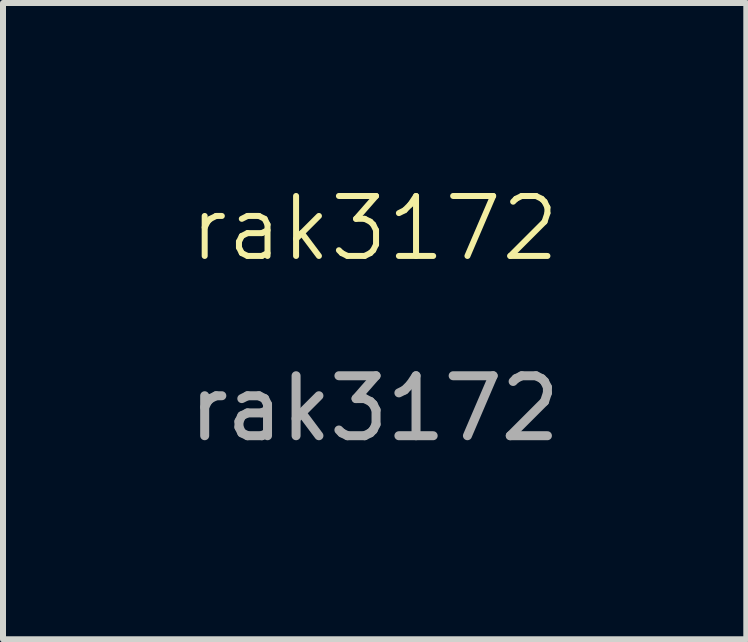
<source format=kicad_pcb>
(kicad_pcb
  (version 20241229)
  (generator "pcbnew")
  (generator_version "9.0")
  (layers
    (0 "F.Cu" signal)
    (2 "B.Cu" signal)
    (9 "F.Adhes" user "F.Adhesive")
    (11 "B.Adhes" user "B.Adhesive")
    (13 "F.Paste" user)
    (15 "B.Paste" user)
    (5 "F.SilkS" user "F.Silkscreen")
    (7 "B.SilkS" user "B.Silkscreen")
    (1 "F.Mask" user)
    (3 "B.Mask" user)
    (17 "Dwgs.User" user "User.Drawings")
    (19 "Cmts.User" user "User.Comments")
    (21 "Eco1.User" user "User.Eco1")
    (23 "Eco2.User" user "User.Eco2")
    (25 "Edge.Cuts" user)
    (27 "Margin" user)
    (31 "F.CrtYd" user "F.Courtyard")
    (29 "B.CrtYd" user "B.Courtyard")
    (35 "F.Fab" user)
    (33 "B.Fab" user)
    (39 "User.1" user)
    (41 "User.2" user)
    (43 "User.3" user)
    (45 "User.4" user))
  (footprint "rak3172"
    (layer "F.Cu")
    (at 3.196 1.26)
    (property "Reference" "rak3172" (at 0 -0.5 0) (unlocked yes) (layer "F.SilkS") (effects (font (size 1 1) (thickness 0.1))))
    (attr smd)
    (fp_text user "${REFERENCE}" (at 0 2.5 0) (unlocked yes) (layer "F.Fab") (effects (font (size 1 1) (thickness 0.15)))))
  (gr_rect
    (start -3 -3)
    (end 9.393 7.609)
    (stroke (width 0.1) (type default))
    (fill no)
    (layer "Edge.Cuts")))
</source>
